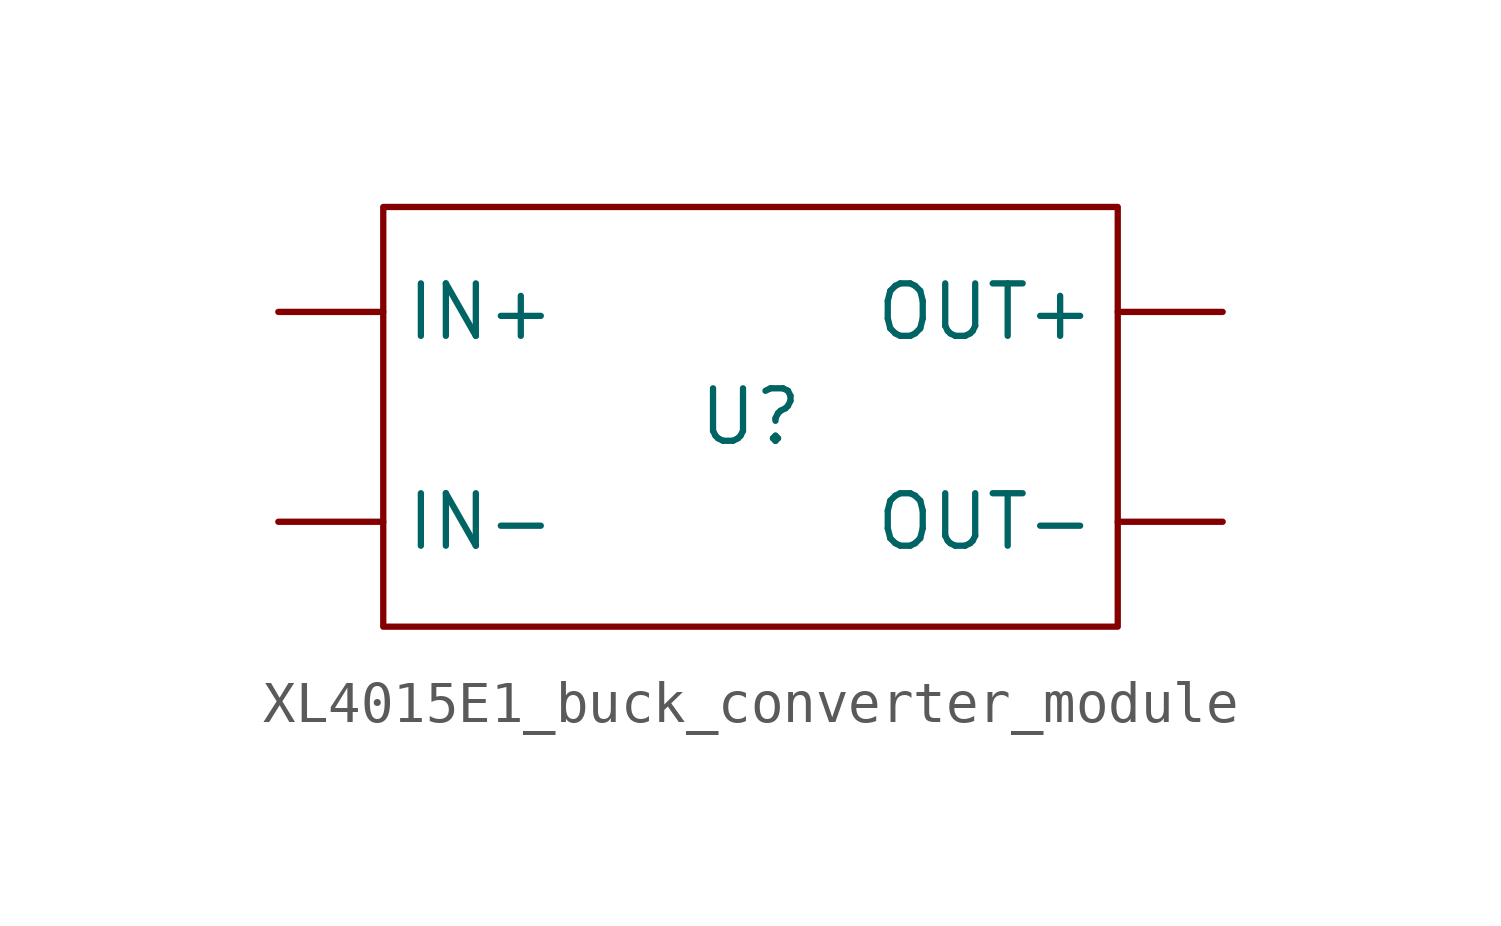
<source format=kicad_sym>
(kicad_symbol_lib
  (version 20231120)
  (generator "kicad_symbol_editor")
  (generator_version "8.0")
  (symbol "XL4015E1_buck_converter_module"
    (property "Reference" "U"
      (at 0 0 0)
      (effects (font (size 1.27 1.27))))
    (property "Value" ""
      (at 0 0 0)
      (effects (font (size 1.27 1.27))))
    (symbol "XL4015E1_buck_converter_module_0_1"
      (rectangle (start -8.89 5.08) (end 8.89 -5.08) (stroke (width 0) (type default)) (fill (type none))))
    (symbol "XL4015E1_buck_converter_module_1_1"
      (pin input line (at -11.43 2.54 0) (length 2.54) (name "IN+" (effects (font (size 1.27 1.27)))) (number "" (effects (font (size 1.27 1.27)))))
      (pin input line (at -11.43 -2.54 0) (length 2.54) (name "IN-" (effects (font (size 1.27 1.27)))) (number "" (effects (font (size 1.27 1.27)))))
      (pin output line (at 11.43 2.54 180) (length 2.54) (name "OUT+" (effects (font (size 1.27 1.27)))) (number "" (effects (font (size 1.27 1.27)))))
      (pin output line (at 11.43 -2.54 180) (length 2.54) (name "OUT-" (effects (font (size 1.27 1.27)))) (number "" (effects (font (size 1.27 1.27))))))))
</source>
